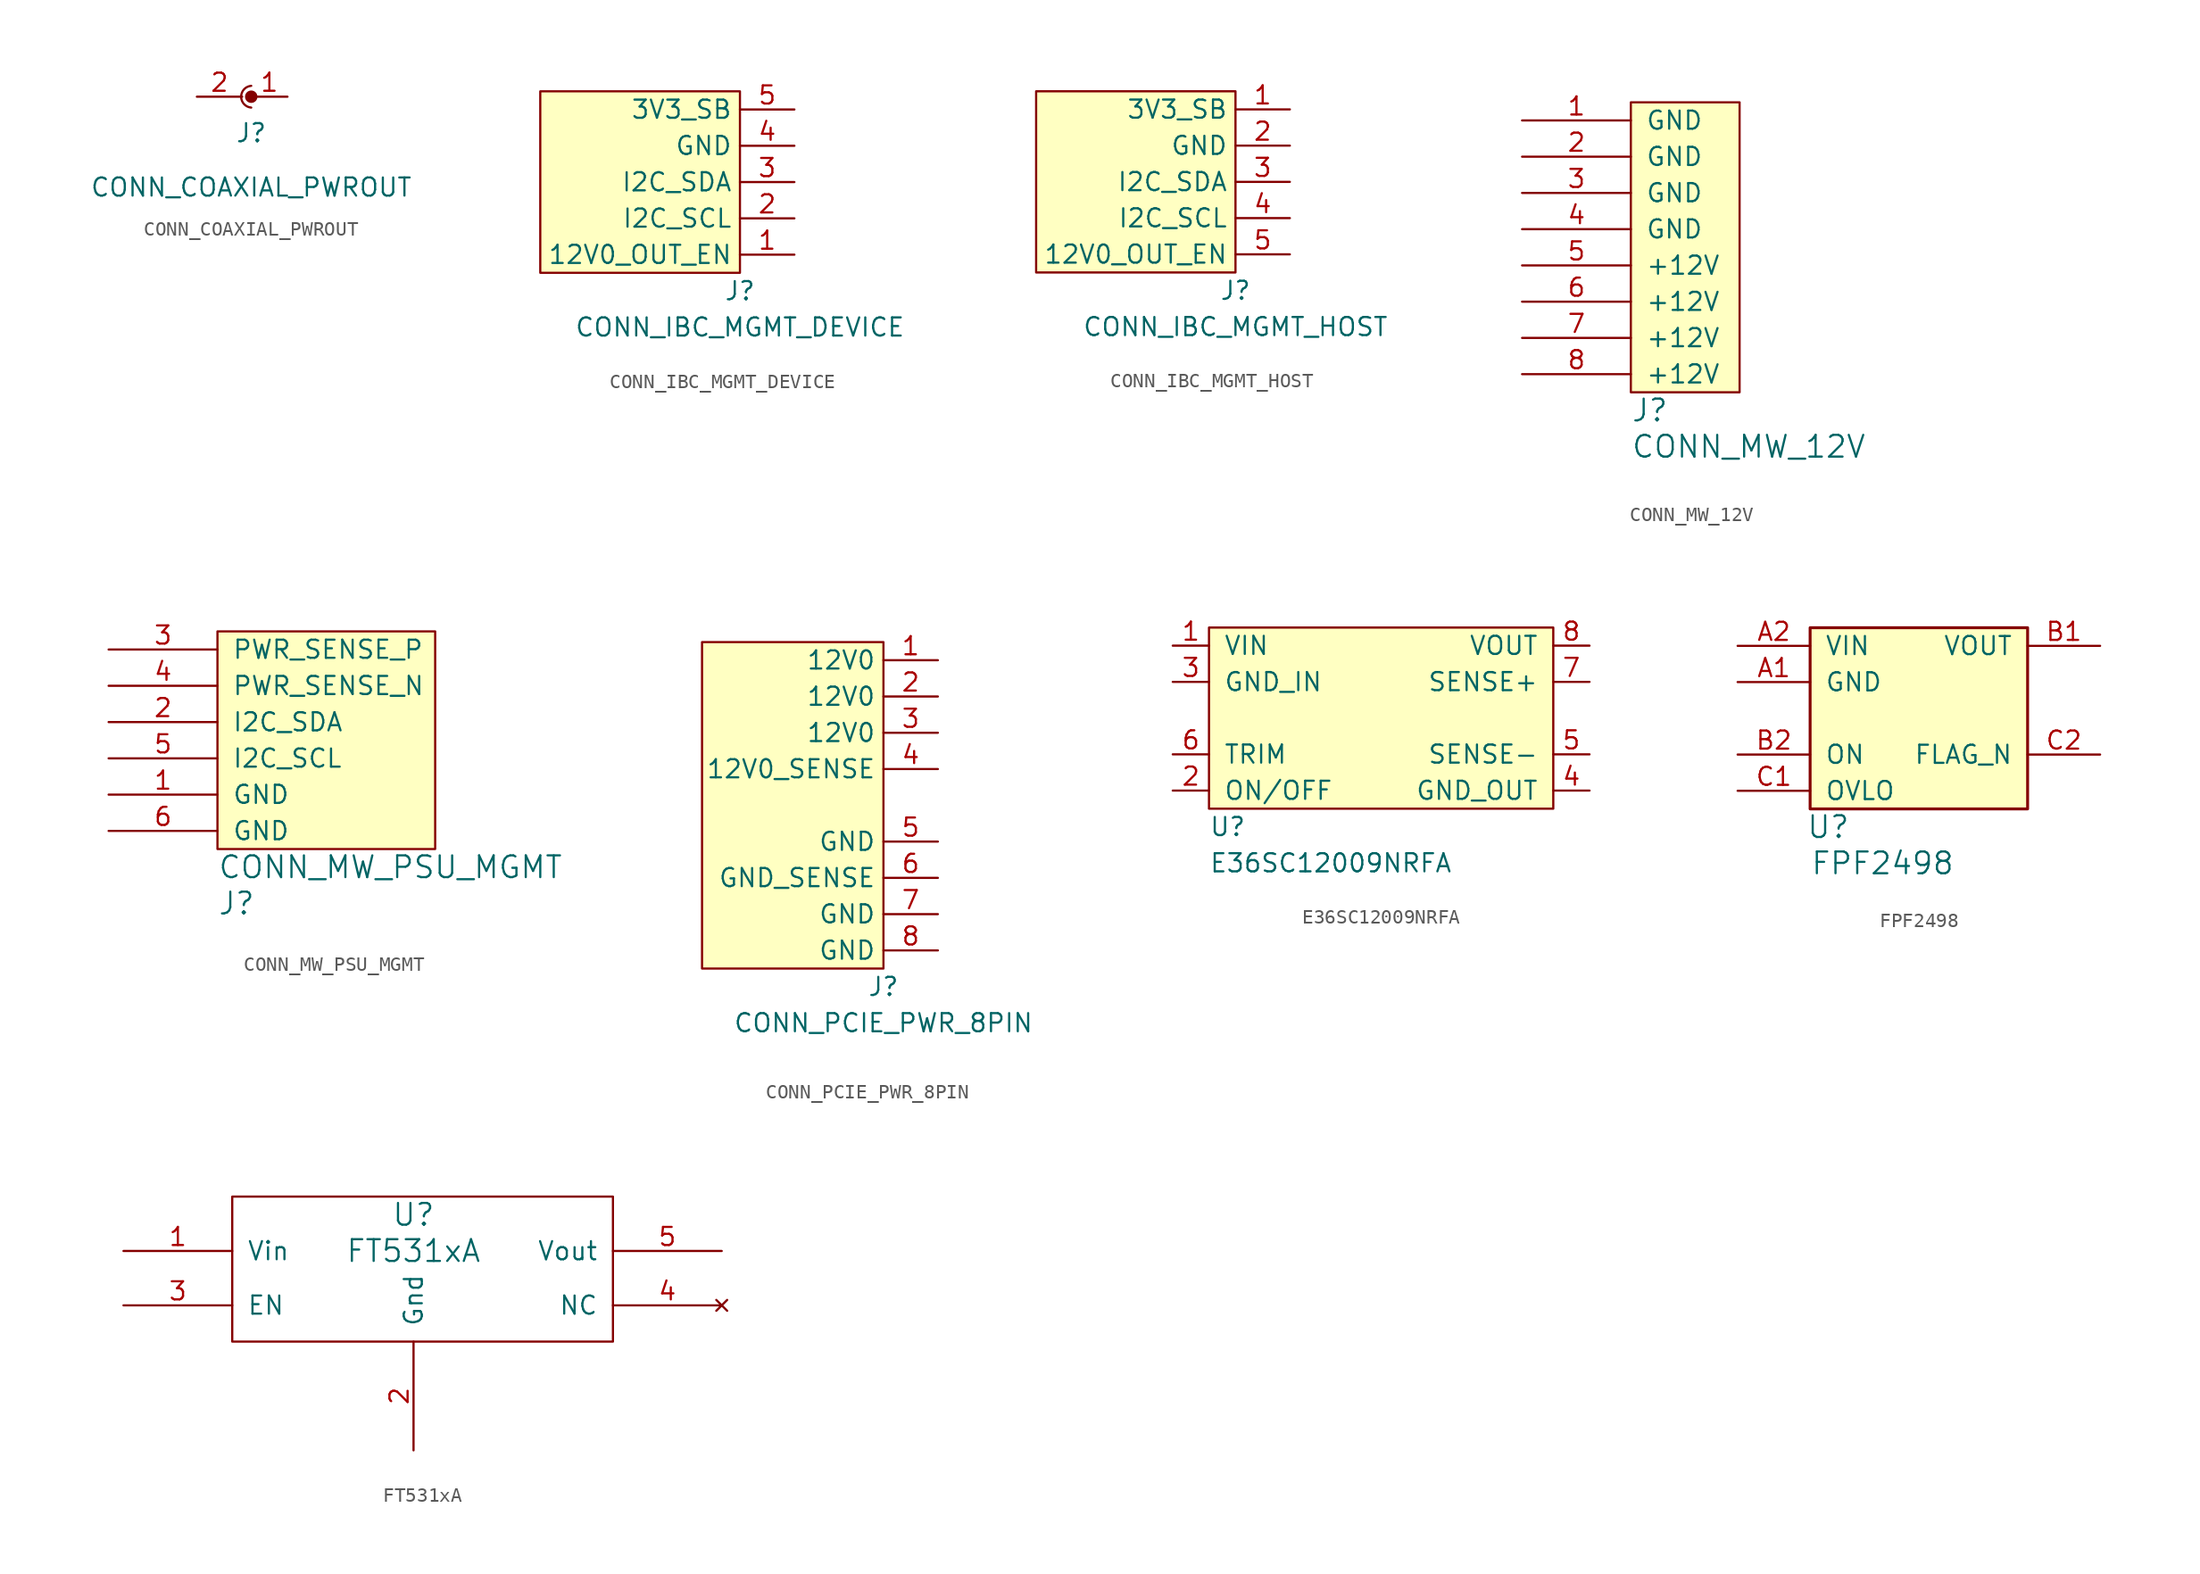
<source format=kicad_sym>
(kicad_symbol_lib
  (version 20231120)
  (generator "kicad_symbol_editor")
  (generator_version "8.0")
  (symbol "CONN_COAXIAL_PWROUT"
    (property "Reference" "J"
      (at 0 -2.54 0)
      (effects (font (size 1.27 1.27))))
    (property "Value" "CONN_COAXIAL_PWROUT"
      (at 0 -6.35 0)
      (effects (font (size 1.27 1.27))))
    (symbol "CONN_COAXIAL_PWROUT_0_1"
      (circle (center 0 0) (radius 0.359) (stroke (width 0.152) (type default)) (fill (type outline)))
      (arc (start 0 0.762) (mid -0.7075 0) (end 0 -0.762) (stroke (width 0.1524) (type default)) (fill (type none))))
    (symbol "CONN_COAXIAL_PWROUT_1_1"
      (pin power_out line (at 2.54 0 180) (length 2.54) (name "" (effects (font (size 1.27 1.27)))) (number "1" (effects (font (size 1.27 1.27)))))
      (pin power_out line (at -3.81 0 0) (length 3.175) (name "" (effects (font (size 1.27 1.27)))) (number "2" (effects (font (size 1.27 1.27)))))))
  (symbol "CONN_IBC_MGMT_DEVICE"
    (property "Reference" "J"
      (at 0 -1.27 0)
      (effects (font (size 1.27 1.27))))
    (property "Value" "CONN_IBC_MGMT_DEVICE"
      (at 0 -3.81 0)
      (effects (font (size 1.27 1.27))))
    (symbol "CONN_IBC_MGMT_DEVICE_0_1"
      (rectangle (start 0 12.7) (end -13.97 0) (stroke (width 0.152) (type default)) (fill (type background))))
    (symbol "CONN_IBC_MGMT_DEVICE_1_1"
      (pin input line (at 3.81 1.27 180) (length 3.81) (name "12V0_OUT_EN" (effects (font (size 1.27 1.27)))) (number "1" (effects (font (size 1.27 1.27)))))
      (pin bidirectional line (at 3.81 3.81 180) (length 3.81) (name "I2C_SCL" (effects (font (size 1.27 1.27)))) (number "2" (effects (font (size 1.27 1.27)))))
      (pin bidirectional line (at 3.81 6.35 180) (length 3.81) (name "I2C_SDA" (effects (font (size 1.27 1.27)))) (number "3" (effects (font (size 1.27 1.27)))))
      (pin power_in line (at 3.81 8.89 180) (length 3.81) (name "GND" (effects (font (size 1.27 1.27)))) (number "4" (effects (font (size 1.27 1.27)))))
      (pin power_out line (at 3.81 11.43 180) (length 3.81) (name "3V3_SB" (effects (font (size 1.27 1.27)))) (number "5" (effects (font (size 1.27 1.27)))))))
  (symbol "CONN_IBC_MGMT_HOST"
    (property "Reference" "J"
      (at 0 -1.27 0)
      (effects (font (size 1.27 1.27))))
    (property "Value" "CONN_IBC_MGMT_HOST"
      (at 0 -3.81 0)
      (effects (font (size 1.27 1.27))))
    (symbol "CONN_IBC_MGMT_HOST_0_1"
      (rectangle (start 0 12.7) (end -13.97 0) (stroke (width 0.152) (type default)) (fill (type background))))
    (symbol "CONN_IBC_MGMT_HOST_1_1"
      (pin power_out line (at 3.81 11.43 180) (length 3.81) (name "3V3_SB" (effects (font (size 1.27 1.27)))) (number "1" (effects (font (size 1.27 1.27)))))
      (pin power_in line (at 3.81 8.89 180) (length 3.81) (name "GND" (effects (font (size 1.27 1.27)))) (number "2" (effects (font (size 1.27 1.27)))))
      (pin bidirectional line (at 3.81 6.35 180) (length 3.81) (name "I2C_SDA" (effects (font (size 1.27 1.27)))) (number "3" (effects (font (size 1.27 1.27)))))
      (pin bidirectional line (at 3.81 3.81 180) (length 3.81) (name "I2C_SCL" (effects (font (size 1.27 1.27)))) (number "4" (effects (font (size 1.27 1.27)))))
      (pin input line (at 3.81 1.27 180) (length 3.81) (name "12V0_OUT_EN" (effects (font (size 1.27 1.27)))) (number "5" (effects (font (size 1.27 1.27)))))))
  (symbol "CONN_MW_12V"
    (pin_names
      (offset 1.016))
    (property "Reference" "J"
      (at 0 -1.27 0)
      (effects (font (size 1.524 1.524)) (justify left)))
    (property "Value" "CONN_MW_12V"
      (at 0 -3.81 0)
      (effects (font (size 1.524 1.524)) (justify left)))
    (property "Footprint" ""
      (at 0 -1.27 0)
      (effects (font (size 1.524 1.524))))
    (property "Datasheet" ""
      (at 0 -1.27 0)
      (effects (font (size 1.524 1.524))))
    (symbol "CONN_MW_12V_0_1"
      (rectangle (start 0 20.32) (end 7.62 0) (stroke (width 0) (type default)) (fill (type background))))
    (symbol "CONN_MW_12V_1_1"
      (pin power_out line (at -7.62 19.05 0) (length 7.62) (name "GND" (effects (font (size 1.27 1.27)))) (number "1" (effects (font (size 1.27 1.27)))))
      (pin power_in line (at -7.62 16.51 0) (length 7.62) (name "GND" (effects (font (size 1.27 1.27)))) (number "2" (effects (font (size 1.27 1.27)))))
      (pin power_in line (at -7.62 13.97 0) (length 7.62) (name "GND" (effects (font (size 1.27 1.27)))) (number "3" (effects (font (size 1.27 1.27)))))
      (pin power_in line (at -7.62 11.43 0) (length 7.62) (name "GND" (effects (font (size 1.27 1.27)))) (number "4" (effects (font (size 1.27 1.27)))))
      (pin power_out line (at -7.62 8.89 0) (length 7.62) (name "+12V" (effects (font (size 1.27 1.27)))) (number "5" (effects (font (size 1.27 1.27)))))
      (pin power_in line (at -7.62 6.35 0) (length 7.62) (name "+12V" (effects (font (size 1.27 1.27)))) (number "6" (effects (font (size 1.27 1.27)))))
      (pin power_in line (at -7.62 3.81 0) (length 7.62) (name "+12V" (effects (font (size 1.27 1.27)))) (number "7" (effects (font (size 1.27 1.27)))))
      (pin power_in line (at -7.62 1.27 0) (length 7.62) (name "+12V" (effects (font (size 1.27 1.27)))) (number "8" (effects (font (size 1.27 1.27)))))))
  (symbol "CONN_MW_PSU_MGMT"
    (pin_names
      (offset 1.016))
    (property "Reference" "J"
      (at 0 -3.81 0)
      (effects (font (size 1.524 1.524)) (justify left)))
    (property "Value" "CONN_MW_PSU_MGMT"
      (at 0 -1.27 0)
      (effects (font (size 1.524 1.524)) (justify left)))
    (property "Footprint" ""
      (at 0 0 0)
      (effects (font (size 1.524 1.524))))
    (property "Datasheet" ""
      (at 0 0 0)
      (effects (font (size 1.524 1.524))))
    (symbol "CONN_MW_PSU_MGMT_0_1"
      (rectangle (start 0 15.24) (end 15.24 0) (stroke (width 0) (type default)) (fill (type background))))
    (symbol "CONN_MW_PSU_MGMT_1_1"
      (pin power_in line (at -7.62 3.81 0) (length 7.62) (name "GND" (effects (font (size 1.27 1.27)))) (number "1" (effects (font (size 1.27 1.27)))))
      (pin bidirectional line (at -7.62 8.89 0) (length 7.62) (name "I2C_SDA" (effects (font (size 1.27 1.27)))) (number "2" (effects (font (size 1.27 1.27)))))
      (pin power_in line (at -7.62 13.97 0) (length 7.62) (name "PWR_SENSE_P" (effects (font (size 1.27 1.27)))) (number "3" (effects (font (size 1.27 1.27)))))
      (pin power_in line (at -7.62 11.43 0) (length 7.62) (name "PWR_SENSE_N" (effects (font (size 1.27 1.27)))) (number "4" (effects (font (size 1.27 1.27)))))
      (pin input line (at -7.62 6.35 0) (length 7.62) (name "I2C_SCL" (effects (font (size 1.27 1.27)))) (number "5" (effects (font (size 1.27 1.27)))))
      (pin power_in line (at -7.62 1.27 0) (length 7.62) (name "GND" (effects (font (size 1.27 1.27)))) (number "6" (effects (font (size 1.27 1.27)))))))
  (symbol "CONN_PCIE_PWR_8PIN"
    (property "Reference" "J"
      (at 0 -1.27 0)
      (effects (font (size 1.27 1.27))))
    (property "Value" "CONN_PCIE_PWR_8PIN"
      (at 0 -3.81 0)
      (effects (font (size 1.27 1.27))))
    (symbol "CONN_PCIE_PWR_8PIN_0_1"
      (rectangle (start 0 22.86) (end -12.7 0) (stroke (width 0.152) (type default)) (fill (type background))))
    (symbol "CONN_PCIE_PWR_8PIN_1_1"
      (pin power_out line (at 3.81 21.59 180) (length 3.81) (name "12V0" (effects (font (size 1.27 1.27)))) (number "1" (effects (font (size 1.27 1.27)))))
      (pin power_in line (at 3.81 19.05 180) (length 3.81) (name "12V0" (effects (font (size 1.27 1.27)))) (number "2" (effects (font (size 1.27 1.27)))))
      (pin power_in line (at 3.81 16.51 180) (length 3.81) (name "12V0" (effects (font (size 1.27 1.27)))) (number "3" (effects (font (size 1.27 1.27)))))
      (pin power_in line (at 3.81 13.97 180) (length 3.81) (name "12V0_SENSE" (effects (font (size 1.27 1.27)))) (number "4" (effects (font (size 1.27 1.27)))))
      (pin power_out line (at 3.81 8.89 180) (length 3.81) (name "GND" (effects (font (size 1.27 1.27)))) (number "5" (effects (font (size 1.27 1.27)))))
      (pin power_in line (at 3.81 6.35 180) (length 3.81) (name "GND_SENSE" (effects (font (size 1.27 1.27)))) (number "6" (effects (font (size 1.27 1.27)))))
      (pin power_in line (at 3.81 3.81 180) (length 3.81) (name "GND" (effects (font (size 1.27 1.27)))) (number "7" (effects (font (size 1.27 1.27)))))
      (pin power_in line (at 3.81 1.27 180) (length 3.81) (name "GND" (effects (font (size 1.27 1.27)))) (number "8" (effects (font (size 1.27 1.27)))))))
  (symbol "E36SC12009NRFA"
    (pin_names
      (offset 1.016))
    (property "Reference" "U"
      (at 0 -1.27 0)
      (effects (font (size 1.27 1.27)) (justify left)))
    (property "Value" "E36SC12009NRFA"
      (at 0 -3.81 0)
      (effects (font (size 1.27 1.27)) (justify left)))
    (symbol "E36SC12009NRFA_0_1"
      (rectangle (start 0 12.7) (end 24.13 0) (stroke (width 0) (type default)) (fill (type background))))
    (symbol "E36SC12009NRFA_1_1"
      (pin power_in line (at -2.54 11.43 0) (length 2.54) (name "VIN" (effects (font (size 1.27 1.27)))) (number "1" (effects (font (size 1.27 1.27)))))
      (pin input line (at -2.54 1.27 0) (length 2.54) (name "ON/OFF" (effects (font (size 1.27 1.27)))) (number "2" (effects (font (size 1.27 1.27)))))
      (pin power_in line (at -2.54 8.89 0) (length 2.54) (name "GND_IN" (effects (font (size 1.27 1.27)))) (number "3" (effects (font (size 1.27 1.27)))))
      (pin power_out line (at 26.67 1.27 180) (length 2.54) (name "GND_OUT" (effects (font (size 1.27 1.27)))) (number "4" (effects (font (size 1.27 1.27)))))
      (pin power_in line (at 26.67 3.81 180) (length 2.54) (name "SENSE-" (effects (font (size 1.27 1.27)))) (number "5" (effects (font (size 1.27 1.27)))))
      (pin input line (at -2.54 3.81 0) (length 2.54) (name "TRIM" (effects (font (size 1.27 1.27)))) (number "6" (effects (font (size 1.27 1.27)))))
      (pin power_in line (at 26.67 8.89 180) (length 2.54) (name "SENSE+" (effects (font (size 1.27 1.27)))) (number "7" (effects (font (size 1.27 1.27)))))
      (pin power_out line (at 26.67 11.43 180) (length 2.54) (name "VOUT" (effects (font (size 1.27 1.27)))) (number "8" (effects (font (size 1.27 1.27)))))))
  (symbol "FPF2498"
    (pin_names
      (offset 1.016))
    (property "Reference" "U"
      (at 1.27 -1.27 0)
      (effects (font (size 1.524 1.524))))
    (property "Value" "FPF2498"
      (at 5.08 -3.81 0)
      (effects (font (size 1.524 1.524))))
    (symbol "FPF2498_0_1"
      (rectangle (start 0 12.7) (end 15.24 0) (stroke (width 0.203) (type default)) (fill (type background))))
    (symbol "FPF2498_1_1"
      (pin power_in line (at -5.08 8.89 0) (length 5.08) (name "GND" (effects (font (size 1.27 1.27)))) (number "A1" (effects (font (size 1.27 1.27)))))
      (pin power_in line (at -5.08 11.43 0) (length 5.08) (name "VIN" (effects (font (size 1.27 1.27)))) (number "A2" (effects (font (size 1.27 1.27)))))
      (pin power_out line (at 20.32 11.43 180) (length 5.08) (name "VOUT" (effects (font (size 1.27 1.27)))) (number "B1" (effects (font (size 1.27 1.27)))))
      (pin input line (at -5.08 3.81 0) (length 5.08) (name "ON" (effects (font (size 1.27 1.27)))) (number "B2" (effects (font (size 1.27 1.27)))))
      (pin input line (at -5.08 1.27 0) (length 5.08) (name "OVLO" (effects (font (size 1.27 1.27)))) (number "C1" (effects (font (size 1.27 1.27)))))
      (pin output line (at 20.32 3.81 180) (length 5.08) (name "FLAG_N" (effects (font (size 1.27 1.27)))) (number "C2" (effects (font (size 1.27 1.27)))))))
  (symbol "FT531xA"
    (pin_names
      (offset 1.016))
    (property "Reference" "U"
      (at 1.27 0 0)
      (effects (font (size 1.524 1.524))))
    (property "Value" "FT531xA"
      (at 1.27 -2.54 0)
      (effects (font (size 1.524 1.524))))
    (property "Footprint" ""
      (at 0 0 0)
      (effects (font (size 1.524 1.524))))
    (property "Datasheet" ""
      (at 0 0 0)
      (effects (font (size 1.524 1.524))))
    (symbol "FT531xA_0_1"
      (rectangle (start -11.43 1.27) (end 15.24 -8.89) (stroke (width 0) (type default)) (fill (type none))))
    (symbol "FT531xA_1_1"
      (pin power_in line (at -19.05 -2.54 0) (length 7.62) (name "Vin" (effects (font (size 1.27 1.27)))) (number "1" (effects (font (size 1.27 1.27)))))
      (pin power_in line (at 1.27 -16.51 90) (length 7.62) (name "Gnd" (effects (font (size 1.27 1.27)))) (number "2" (effects (font (size 1.27 1.27)))))
      (pin input line (at -19.05 -6.35 0) (length 7.62) (name "EN" (effects (font (size 1.27 1.27)))) (number "3" (effects (font (size 1.27 1.27)))))
      (pin no_connect line (at 22.86 -6.35 180) (length 7.62) (name "NC" (effects (font (size 1.27 1.27)))) (number "4" (effects (font (size 1.27 1.27)))))
      (pin power_out line (at 22.86 -2.54 180) (length 7.62) (name "Vout" (effects (font (size 1.27 1.27)))) (number "5" (effects (font (size 1.27 1.27))))))))
</source>
